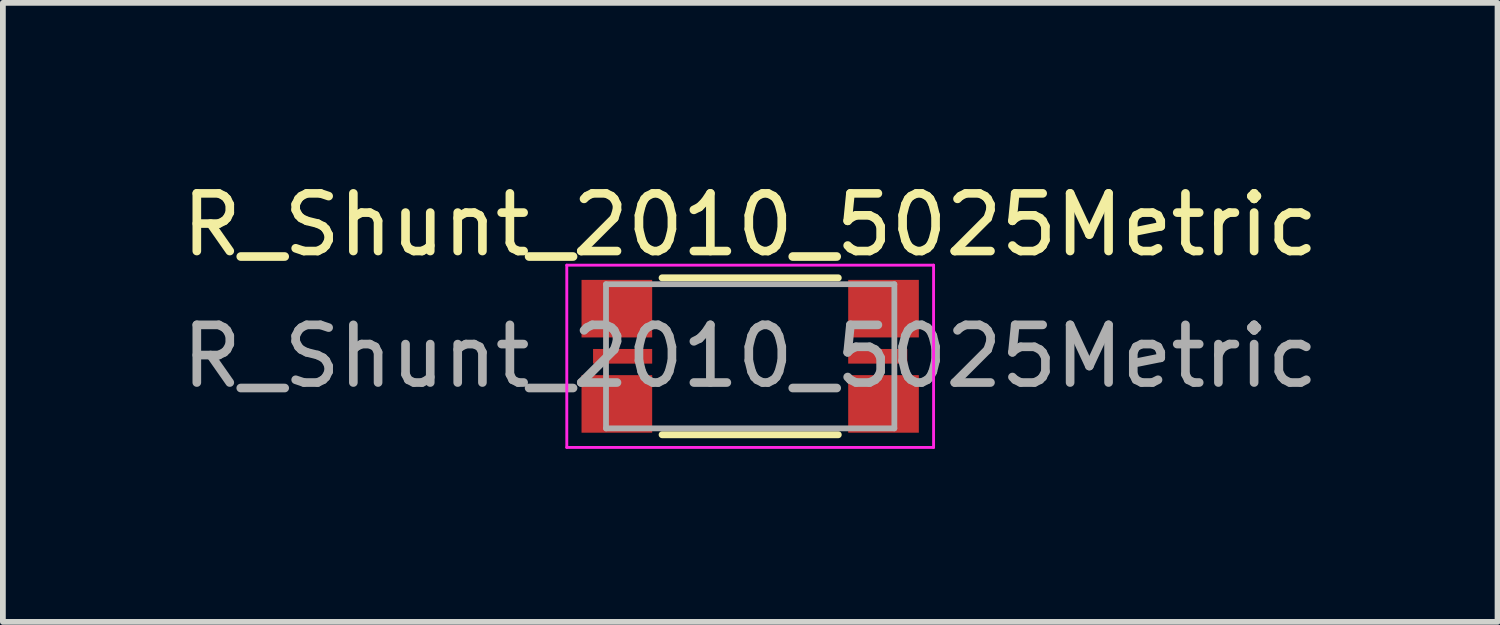
<source format=kicad_pcb>
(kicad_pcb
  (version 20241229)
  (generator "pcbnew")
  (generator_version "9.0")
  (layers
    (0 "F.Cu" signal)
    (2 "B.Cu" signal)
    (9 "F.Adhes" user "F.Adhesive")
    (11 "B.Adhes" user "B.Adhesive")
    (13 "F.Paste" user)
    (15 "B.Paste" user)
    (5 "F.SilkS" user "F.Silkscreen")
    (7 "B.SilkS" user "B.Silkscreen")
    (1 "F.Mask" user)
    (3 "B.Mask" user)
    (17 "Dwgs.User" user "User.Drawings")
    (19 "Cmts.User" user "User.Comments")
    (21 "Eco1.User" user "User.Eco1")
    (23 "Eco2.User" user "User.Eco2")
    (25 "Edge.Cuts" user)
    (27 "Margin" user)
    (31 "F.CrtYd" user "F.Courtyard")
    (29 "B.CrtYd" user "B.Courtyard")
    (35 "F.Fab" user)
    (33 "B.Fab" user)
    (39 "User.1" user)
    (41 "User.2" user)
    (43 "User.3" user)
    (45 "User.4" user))
  (footprint "R_Shunt_2010_5025Metric"
    (layer "F.Cu")
    (at 9.958 3.128)
    (property "Reference" "R_Shunt_2010_5025Metric" (at 0 -2.28 0) (unlocked yes) (layer "F.SilkS") (effects (font (size 1 1) (thickness 0.15))))
    (attr smd)
    (fp_line (start -1.527 -1.36) (end 1.527 -1.36) (stroke (width 0.12) (type solid)) (layer "F.SilkS"))
    (fp_line (start -1.527 1.36) (end 1.527 1.36) (stroke (width 0.12) (type solid)) (layer "F.SilkS"))
    (fp_line (start -3.18 -1.58) (end -3.18 1.58) (stroke (width 0.05) (type solid)) (layer "F.CrtYd"))
    (fp_line (start -3.18 -1.58) (end 3.18 -1.58) (stroke (width 0.05) (type solid)) (layer "F.CrtYd"))
    (fp_line (start 3.18 1.58) (end -3.18 1.58) (stroke (width 0.05) (type solid)) (layer "F.CrtYd"))
    (fp_line (start 3.18 1.58) (end 3.18 -1.58) (stroke (width 0.05) (type solid)) (layer "F.CrtYd"))
    (fp_line (start -2.5 -1.25) (end 2.5 -1.25) (stroke (width 0.1) (type solid)) (layer "F.Fab"))
    (fp_line (start -2.5 1.25) (end -2.5 -1.25) (stroke (width 0.1) (type solid)) (layer "F.Fab"))
    (fp_line (start 2.5 -1.25) (end 2.5 1.25) (stroke (width 0.1) (type solid)) (layer "F.Fab"))
    (fp_line (start 2.5 1.25) (end -2.5 1.25) (stroke (width 0.1) (type solid)) (layer "F.Fab"))
    (fp_text user "${REFERENCE}" (at 0 0 0) (unlocked yes) (layer "F.Fab") (effects (font (size 1 1) (thickness 0.15))))
    (pad "1" smd rect (at -2.312 -0.826) (size 1.225 0.998) (layers "F.Cu" "F.Mask" "F.Paste"))
    (pad "1" smd rect (at -2.312 0.826) (size 1.225 0.998) (layers "F.Cu" "F.Mask" "F.Paste"))
    (pad "2" smd rect (at -2.212 0) (size 1.025 0.254) (layers "F.Cu" "F.Mask" "F.Paste"))
    (pad "3" smd rect (at 2.212 0) (size 1.025 0.254) (layers "F.Cu" "F.Mask" "F.Paste"))
    (pad "4" smd rect (at 2.312 -0.826) (size 1.225 0.998) (layers "F.Cu" "F.Mask" "F.Paste"))
    (pad "4" smd rect (at 2.312 0.826) (size 1.225 0.998) (layers "F.Cu" "F.Mask" "F.Paste")))
  (gr_rect
    (start -3 -3)
    (end 22.917 7.733)
    (stroke (width 0.1) (type default))
    (fill no)
    (layer "Edge.Cuts")))
</source>
